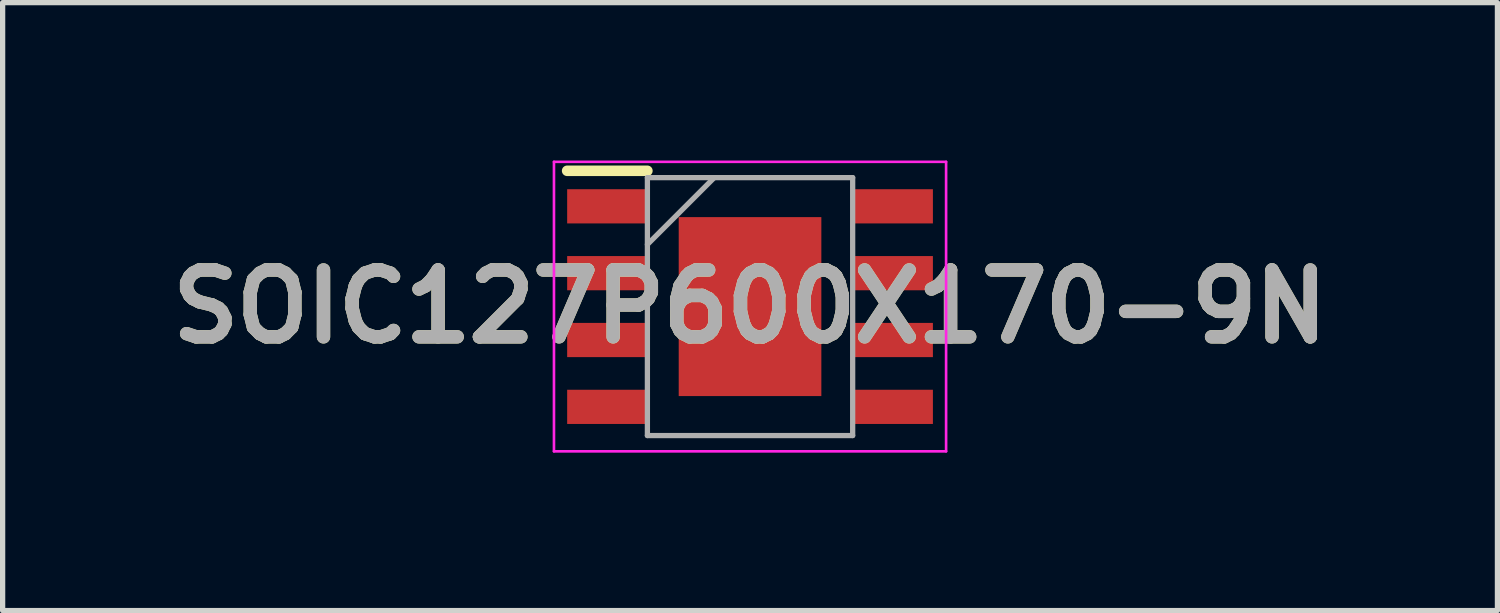
<source format=kicad_pcb>
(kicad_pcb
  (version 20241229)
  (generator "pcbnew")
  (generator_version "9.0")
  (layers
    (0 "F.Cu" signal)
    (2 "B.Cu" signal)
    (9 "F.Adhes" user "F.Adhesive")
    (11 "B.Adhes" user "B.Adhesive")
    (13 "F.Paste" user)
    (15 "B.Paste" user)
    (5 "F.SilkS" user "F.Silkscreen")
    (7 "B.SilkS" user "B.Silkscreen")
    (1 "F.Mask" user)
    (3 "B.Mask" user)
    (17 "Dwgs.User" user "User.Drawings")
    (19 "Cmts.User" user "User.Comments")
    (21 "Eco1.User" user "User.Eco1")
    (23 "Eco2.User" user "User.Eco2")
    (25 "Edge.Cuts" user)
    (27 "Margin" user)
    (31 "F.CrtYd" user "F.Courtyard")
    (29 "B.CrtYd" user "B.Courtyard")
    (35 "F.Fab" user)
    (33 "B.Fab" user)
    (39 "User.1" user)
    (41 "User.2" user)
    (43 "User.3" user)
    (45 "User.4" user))
  (footprint "SOIC127P600X170-9N"
    (layer "F.Cu")
    (at 11.2 2.775)
    (property "Reference" "SOIC127P600X170-9N" (at 0 0 0) (layer "F.SilkS") (effects (font (size 1.27 1.27) (thickness 0.254))))
    (attr smd)
    (fp_line (start -3.475 -2.58) (end -1.95 -2.58) (stroke (width 0.2) (type solid)) (layer "F.SilkS"))
    (fp_line (start -3.725 -2.75) (end 3.725 -2.75) (stroke (width 0.05) (type solid)) (layer "F.CrtYd"))
    (fp_line (start -3.725 2.75) (end -3.725 -2.75) (stroke (width 0.05) (type solid)) (layer "F.CrtYd"))
    (fp_line (start 3.725 -2.75) (end 3.725 2.75) (stroke (width 0.05) (type solid)) (layer "F.CrtYd"))
    (fp_line (start 3.725 2.75) (end -3.725 2.75) (stroke (width 0.05) (type solid)) (layer "F.CrtYd"))
    (fp_line (start -1.95 -2.45) (end 1.95 -2.45) (stroke (width 0.1) (type solid)) (layer "F.Fab"))
    (fp_line (start -1.95 -1.18) (end -0.68 -2.45) (stroke (width 0.1) (type solid)) (layer "F.Fab"))
    (fp_line (start -1.95 2.45) (end -1.95 -2.45) (stroke (width 0.1) (type solid)) (layer "F.Fab"))
    (fp_line (start 1.95 -2.45) (end 1.95 2.45) (stroke (width 0.1) (type solid)) (layer "F.Fab"))
    (fp_line (start 1.95 2.45) (end -1.95 2.45) (stroke (width 0.1) (type solid)) (layer "F.Fab"))
    (fp_text user "${REFERENCE}" (at 0 0 0) (layer "F.Fab") (effects (font (size 1.27 1.27) (thickness 0.254))))
    (pad "1" smd rect (at -2.712 -1.905 90) (size 0.65 1.525) (layers "F.Cu" "F.Mask" "F.Paste"))
    (pad "2" smd rect (at -2.712 -0.635 90) (size 0.65 1.525) (layers "F.Cu" "F.Mask" "F.Paste"))
    (pad "3" smd rect (at -2.712 0.635 90) (size 0.65 1.525) (layers "F.Cu" "F.Mask" "F.Paste"))
    (pad "4" smd rect (at -2.712 1.905 90) (size 0.65 1.525) (layers "F.Cu" "F.Mask" "F.Paste"))
    (pad "5" smd rect (at 2.712 1.905 90) (size 0.65 1.525) (layers "F.Cu" "F.Mask" "F.Paste"))
    (pad "6" smd rect (at 2.712 0.635 90) (size 0.65 1.525) (layers "F.Cu" "F.Mask" "F.Paste"))
    (pad "7" smd rect (at 2.712 -0.635 90) (size 0.65 1.525) (layers "F.Cu" "F.Mask" "F.Paste"))
    (pad "8" smd rect (at 2.712 -1.905 90) (size 0.65 1.525) (layers "F.Cu" "F.Mask" "F.Paste"))
    (pad "9" smd rect (at 0 0) (size 2.71 3.4) (layers "F.Cu" "F.Mask" "F.Paste")))
  (gr_rect
    (start -3 -3)
    (end 25.4 8.55)
    (stroke (width 0.1) (type default))
    (fill no)
    (layer "Edge.Cuts")))
</source>
